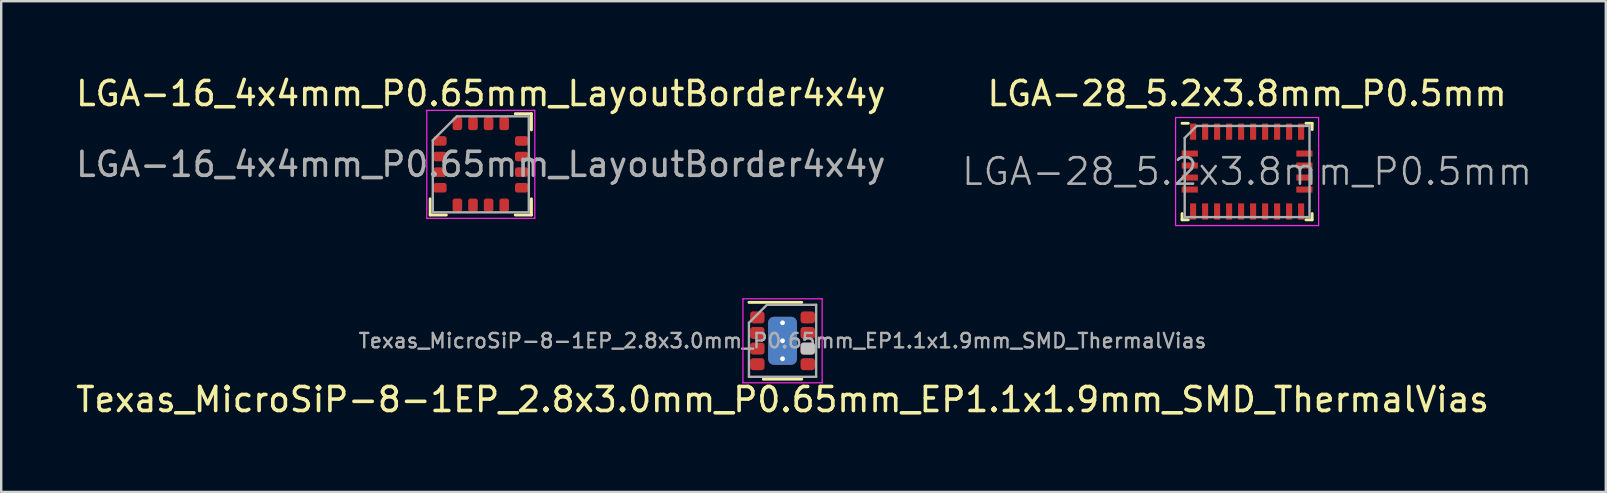
<source format=kicad_pcb>
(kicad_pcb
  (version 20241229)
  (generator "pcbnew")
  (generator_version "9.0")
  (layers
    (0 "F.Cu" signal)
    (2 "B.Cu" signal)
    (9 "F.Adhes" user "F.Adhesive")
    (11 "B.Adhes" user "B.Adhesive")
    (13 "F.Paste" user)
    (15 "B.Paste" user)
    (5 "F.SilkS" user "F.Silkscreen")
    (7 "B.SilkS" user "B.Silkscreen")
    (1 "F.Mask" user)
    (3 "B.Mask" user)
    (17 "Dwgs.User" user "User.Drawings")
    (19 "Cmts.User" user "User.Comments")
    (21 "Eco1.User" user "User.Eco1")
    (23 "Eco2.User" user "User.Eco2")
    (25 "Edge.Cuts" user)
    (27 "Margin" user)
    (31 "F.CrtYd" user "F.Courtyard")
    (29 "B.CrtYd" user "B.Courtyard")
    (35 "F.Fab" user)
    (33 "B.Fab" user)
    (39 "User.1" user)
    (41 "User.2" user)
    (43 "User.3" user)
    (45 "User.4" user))
  (footprint "Texas_MicroSiP-8-1EP_2.8x3.0mm_P0.65mm_EP1.1x1.9mm_SMD_ThermalVias"
    (layer "F.Cu")
    (at 29.554 11.148)
    (property "Reference" "Texas_MicroSiP-8-1EP_2.8x3.0mm_P0.65mm_EP1.1x1.9mm_SMD_ThermalVias" (at 0 2.45 0) (layer "F.SilkS") (effects (font (size 1 1) (thickness 0.15))))
    (attr smd)
    (fp_line (start 0.8 -1.6) (end -1.4 -1.6) (stroke (width 0.12) (type solid)) (layer "F.SilkS"))
    (fp_line (start 0.8 1.6) (end -0.8 1.6) (stroke (width 0.12) (type solid)) (layer "F.SilkS"))
    (fp_line (start -1.65 -1.75) (end -1.65 1.75) (stroke (width 0.05) (type solid)) (layer "F.CrtYd"))
    (fp_line (start -1.65 1.75) (end 1.65 1.75) (stroke (width 0.05) (type solid)) (layer "F.CrtYd"))
    (fp_line (start 1.65 -1.75) (end -1.65 -1.75) (stroke (width 0.05) (type solid)) (layer "F.CrtYd"))
    (fp_line (start 1.65 1.75) (end 1.65 -1.75) (stroke (width 0.05) (type solid)) (layer "F.CrtYd"))
    (fp_line (start -1.4 -0.75) (end -1.4 1.5) (stroke (width 0.1) (type solid)) (layer "F.Fab"))
    (fp_line (start -0.65 -1.5) (end -1.4 -0.75) (stroke (width 0.1) (type solid)) (layer "F.Fab"))
    (fp_line (start -0.65 -1.5) (end 1.4 -1.5) (stroke (width 0.1) (type solid)) (layer "F.Fab"))
    (fp_line (start 1.4 -1.5) (end 1.4 1.5) (stroke (width 0.1) (type solid)) (layer "F.Fab"))
    (fp_line (start 1.4 1.5) (end -1.4 1.5) (stroke (width 0.1) (type solid)) (layer "F.Fab"))
    (fp_text user "${REFERENCE}" (at 0 0 0) (layer "F.Fab") (effects (font (size 0.6 0.6) (thickness 0.1))))
    (pad "" smd roundrect (at 0 -0.525) (size 1.04 0.85) (layers "F.Paste") (roundrect_rratio 0.25))
    (pad "" smd roundrect (at 0 0.525) (size 1.04 0.85) (layers "F.Paste") (roundrect_rratio 0.25))
    (pad "1" smd roundrect (at -1.05 -0.975) (size 0.6 0.5) (layers "F.Cu" "F.Mask" "F.Paste") (roundrect_rratio 0.25))
    (pad "2" smd roundrect (at -1.05 -0.325) (size 0.6 0.5) (layers "F.Cu" "F.Mask" "F.Paste") (roundrect_rratio 0.25))
    (pad "3" smd roundrect (at -1.05 0.325) (size 0.6 0.5) (layers "F.Cu" "F.Mask" "F.Paste") (roundrect_rratio 0.25))
    (pad "4" smd roundrect (at -1.05 0.975) (size 0.6 0.5) (layers "F.Cu" "F.Mask" "F.Paste") (roundrect_rratio 0.25))
    (pad "5" smd roundrect (at 1.05 0.975) (size 0.6 0.5) (layers "F.Cu" "F.Mask" "F.Paste") (roundrect_rratio 0.25))
    (pad "6" smd roundrect (at 1.05 0.325) (size 0.6 0.5) (layers "F.Cu" "F.Mask" "F.Paste" "Dwgs.User") (roundrect_rratio 0.25))
    (pad "7" smd roundrect (at 1.05 -0.325) (size 0.6 0.5) (layers "F.Cu" "F.Mask" "F.Paste") (roundrect_rratio 0.25))
    (pad "8" smd roundrect (at 1.05 -0.975) (size 0.6 0.5) (layers "F.Cu" "F.Mask" "F.Paste") (roundrect_rratio 0.25))
    (pad "9" thru_hole circle (at 0 -0.75) (size 0.4 0.4) (drill 0.2) (layers "*.Cu" "F.Mask"))
    (pad "9" thru_hole circle (at 0 0) (size 0.4 0.4) (drill 0.2) (layers "*.Cu" "F.Mask" "B.Adhes"))
    (pad "9" smd roundrect (at 0 0) (size 1.2 2) (layers "F.Cu" "F.Mask") (roundrect_rratio 0.2))
    (pad "9" smd roundrect (at 0 0) (size 1.2 2) (layers "B.Cu") (roundrect_rratio 0.2))
    (pad "9" thru_hole circle (at 0 0.75) (size 0.4 0.4) (drill 0.2) (layers "*.Cu" "F.Mask")))
  (footprint "LGA-16_4x4mm_P0.65mm_LayoutBorder4x4y"
    (layer "F.Cu")
    (at 16.982 3.798)
    (property "Reference" "LGA-16_4x4mm_P0.65mm_LayoutBorder4x4y" (at 0 -2.95 0) (layer "F.SilkS") (effects (font (size 1 1) (thickness 0.15))))
    (attr smd)
    (fp_line (start -2.11 2.11) (end -2.11 1.435) (stroke (width 0.12) (type solid)) (layer "F.SilkS"))
    (fp_line (start -1.435 2.11) (end -2.11 2.11) (stroke (width 0.12) (type solid)) (layer "F.SilkS"))
    (fp_line (start 1.435 -2.11) (end 2.11 -2.11) (stroke (width 0.12) (type solid)) (layer "F.SilkS"))
    (fp_line (start 1.435 2.11) (end 2.11 2.11) (stroke (width 0.12) (type solid)) (layer "F.SilkS"))
    (fp_line (start 2.11 -2.11) (end 2.11 -1.435) (stroke (width 0.12) (type solid)) (layer "F.SilkS"))
    (fp_line (start 2.11 2.11) (end 2.11 1.435) (stroke (width 0.12) (type solid)) (layer "F.SilkS"))
    (fp_line (start -2.25 -2.25) (end -2.25 2.25) (stroke (width 0.05) (type solid)) (layer "F.CrtYd"))
    (fp_line (start -2.25 2.25) (end 2.25 2.25) (stroke (width 0.05) (type solid)) (layer "F.CrtYd"))
    (fp_line (start 2.25 -2.25) (end -2.25 -2.25) (stroke (width 0.05) (type solid)) (layer "F.CrtYd"))
    (fp_line (start 2.25 2.25) (end 2.25 -2.25) (stroke (width 0.05) (type solid)) (layer "F.CrtYd"))
    (fp_line (start -2 -1) (end -1 -2) (stroke (width 0.1) (type solid)) (layer "F.Fab"))
    (fp_line (start -2 2) (end -2 -1) (stroke (width 0.1) (type solid)) (layer "F.Fab"))
    (fp_line (start -1 -2) (end 2 -2) (stroke (width 0.1) (type solid)) (layer "F.Fab"))
    (fp_line (start 2 -2) (end 2 2) (stroke (width 0.1) (type solid)) (layer "F.Fab"))
    (fp_line (start 2 2) (end -2 2) (stroke (width 0.1) (type solid)) (layer "F.Fab"))
    (fp_text user "${REFERENCE}" (at 0 0 0) (layer "F.Fab") (effects (font (size 1 1) (thickness 0.15))))
    (pad "1" smd roundrect (at -1.7 -0.975) (size 0.55 0.4) (layers "F.Cu" "F.Mask" "F.Paste") (roundrect_rratio 0.25))
    (pad "2" smd roundrect (at -1.7 -0.325) (size 0.55 0.4) (layers "F.Cu" "F.Mask" "F.Paste") (roundrect_rratio 0.25))
    (pad "3" smd roundrect (at -1.7 0.325) (size 0.55 0.4) (layers "F.Cu" "F.Mask" "F.Paste") (roundrect_rratio 0.25))
    (pad "4" smd roundrect (at -1.7 0.975) (size 0.55 0.4) (layers "F.Cu" "F.Mask" "F.Paste") (roundrect_rratio 0.25))
    (pad "5" smd roundrect (at -0.975 1.7) (size 0.4 0.55) (layers "F.Cu" "F.Mask" "F.Paste") (roundrect_rratio 0.25))
    (pad "6" smd roundrect (at -0.325 1.7) (size 0.4 0.55) (layers "F.Cu" "F.Mask" "F.Paste") (roundrect_rratio 0.25))
    (pad "7" smd roundrect (at 0.325 1.7) (size 0.4 0.55) (layers "F.Cu" "F.Mask" "F.Paste") (roundrect_rratio 0.25))
    (pad "8" smd roundrect (at 0.975 1.7) (size 0.4 0.55) (layers "F.Cu" "F.Mask" "F.Paste") (roundrect_rratio 0.25))
    (pad "9" smd roundrect (at 1.7 0.975) (size 0.55 0.4) (layers "F.Cu" "F.Mask" "F.Paste") (roundrect_rratio 0.25))
    (pad "10" smd roundrect (at 1.7 0.325) (size 0.55 0.4) (layers "F.Cu" "F.Mask" "F.Paste") (roundrect_rratio 0.25))
    (pad "11" smd roundrect (at 1.7 -0.325) (size 0.55 0.4) (layers "F.Cu" "F.Mask" "F.Paste") (roundrect_rratio 0.25))
    (pad "12" smd roundrect (at 1.7 -0.975) (size 0.55 0.4) (layers "F.Cu" "F.Mask" "F.Paste") (roundrect_rratio 0.25))
    (pad "13" smd roundrect (at 0.975 -1.7) (size 0.4 0.55) (layers "F.Cu" "F.Mask" "F.Paste") (roundrect_rratio 0.25))
    (pad "14" smd roundrect (at 0.325 -1.7) (size 0.4 0.55) (layers "F.Cu" "F.Mask" "F.Paste") (roundrect_rratio 0.25))
    (pad "15" smd roundrect (at -0.325 -1.7) (size 0.4 0.55) (layers "F.Cu" "F.Mask" "F.Paste") (roundrect_rratio 0.25))
    (pad "16" smd roundrect (at -0.975 -1.7) (size 0.4 0.55) (layers "F.Cu" "F.Mask" "F.Paste") (roundrect_rratio 0.25)))
  (footprint "LGA-28_5.2x3.8mm_P0.5mm"
    (layer "F.Cu")
    (at 48.91 4.098)
    (property "Reference" "LGA-28_5.2x3.8mm_P0.5mm" (at 0 -3.25 0) (layer "F.SilkS") (effects (font (size 1 1) (thickness 0.15))))
    (attr smd)
    (fp_line (start -2.71 -2.01) (end -2.45 -2.01) (stroke (width 0.12) (type solid)) (layer "F.SilkS"))
    (fp_line (start -2.71 2.01) (end -2.71 1.75) (stroke (width 0.12) (type solid)) (layer "F.SilkS"))
    (fp_line (start -2.71 2.01) (end -2.45 2.01) (stroke (width 0.12) (type solid)) (layer "F.SilkS"))
    (fp_line (start 2.71 -2.01) (end 2.45 -2.01) (stroke (width 0.12) (type solid)) (layer "F.SilkS"))
    (fp_line (start 2.71 -2.01) (end 2.71 -1.75) (stroke (width 0.12) (type solid)) (layer "F.SilkS"))
    (fp_line (start 2.71 2.01) (end 2.45 2.01) (stroke (width 0.12) (type solid)) (layer "F.SilkS"))
    (fp_line (start 2.71 2.01) (end 2.71 1.75) (stroke (width 0.12) (type solid)) (layer "F.SilkS"))
    (fp_line (start -2.98 -2.25) (end -2.98 2.25) (stroke (width 0.05) (type solid)) (layer "F.CrtYd"))
    (fp_line (start -2.98 2.25) (end 2.98 2.25) (stroke (width 0.05) (type solid)) (layer "F.CrtYd"))
    (fp_line (start 2.98 -2.25) (end -2.98 -2.25) (stroke (width 0.05) (type solid)) (layer "F.CrtYd"))
    (fp_line (start 2.98 2.25) (end 2.98 -2.25) (stroke (width 0.05) (type solid)) (layer "F.CrtYd"))
    (fp_line (start -2.6 -1.4) (end -2.6 1.9) (stroke (width 0.1) (type solid)) (layer "F.Fab"))
    (fp_line (start -2.6 -1.4) (end -2.1 -1.9) (stroke (width 0.1) (type solid)) (layer "F.Fab"))
    (fp_line (start -2.6 1.9) (end 2.6 1.9) (stroke (width 0.1) (type solid)) (layer "F.Fab"))
    (fp_line (start 2.6 -1.9) (end -2.1 -1.9) (stroke (width 0.1) (type solid)) (layer "F.Fab"))
    (fp_line (start 2.6 1.9) (end 2.6 -1.9) (stroke (width 0.1) (type solid)) (layer "F.Fab"))
    (fp_text user "${REFERENCE}" (at 0 0 0) (layer "F.Fab") (effects (font (size 1.1 1.1) (thickness 0.11))))
    (pad "1" smd rect (at -2.25 -1.663) (size 0.254 0.675) (layers "F.Cu" "F.Mask" "F.Paste"))
    (pad "2" smd rect (at -2.388 -0.75 90) (size 0.254 0.675) (layers "F.Cu" "F.Mask" "F.Paste"))
    (pad "3" smd rect (at -2.388 -0.25 90) (size 0.254 0.675) (layers "F.Cu" "F.Mask" "F.Paste"))
    (pad "4" smd rect (at -2.388 0.25 90) (size 0.254 0.675) (layers "F.Cu" "F.Mask" "F.Paste"))
    (pad "5" smd rect (at -2.388 0.75 90) (size 0.254 0.675) (layers "F.Cu" "F.Mask" "F.Paste"))
    (pad "6" smd rect (at -2.25 1.663) (size 0.254 0.675) (layers "F.Cu" "F.Mask" "F.Paste"))
    (pad "7" smd rect (at -1.75 1.663) (size 0.254 0.675) (layers "F.Cu" "F.Mask" "F.Paste"))
    (pad "8" smd rect (at -1.25 1.663) (size 0.254 0.675) (layers "F.Cu" "F.Mask" "F.Paste"))
    (pad "9" smd rect (at -0.75 1.663) (size 0.254 0.675) (layers "F.Cu" "F.Mask" "F.Paste"))
    (pad "10" smd rect (at -0.25 1.663) (size 0.254 0.675) (layers "F.Cu" "F.Mask" "F.Paste"))
    (pad "11" smd rect (at 0.25 1.663) (size 0.254 0.675) (layers "F.Cu" "F.Mask" "F.Paste"))
    (pad "12" smd rect (at 0.75 1.663) (size 0.254 0.675) (layers "F.Cu" "F.Mask" "F.Paste"))
    (pad "13" smd rect (at 1.25 1.663) (size 0.254 0.675) (layers "F.Cu" "F.Mask" "F.Paste"))
    (pad "14" smd rect (at 1.75 1.663) (size 0.254 0.675) (layers "F.Cu" "F.Mask" "F.Paste"))
    (pad "15" smd rect (at 2.25 1.663) (size 0.254 0.675) (layers "F.Cu" "F.Mask" "F.Paste"))
    (pad "16" smd rect (at 2.388 0.75 90) (size 0.254 0.675) (layers "F.Cu" "F.Mask" "F.Paste"))
    (pad "17" smd rect (at 2.388 0.25 90) (size 0.254 0.675) (layers "F.Cu" "F.Mask" "F.Paste"))
    (pad "18" smd rect (at 2.388 -0.25 90) (size 0.254 0.675) (layers "F.Cu" "F.Mask" "F.Paste"))
    (pad "19" smd rect (at 2.388 -0.75 90) (size 0.254 0.675) (layers "F.Cu" "F.Mask" "F.Paste"))
    (pad "20" smd rect (at 2.25 -1.663) (size 0.254 0.675) (layers "F.Cu" "F.Mask" "F.Paste"))
    (pad "21" smd rect (at 1.75 -1.663) (size 0.254 0.675) (layers "F.Cu" "F.Mask" "F.Paste"))
    (pad "22" smd rect (at 1.25 -1.663) (size 0.254 0.675) (layers "F.Cu" "F.Mask" "F.Paste"))
    (pad "23" smd rect (at 0.75 -1.663) (size 0.254 0.675) (layers "F.Cu" "F.Mask" "F.Paste"))
    (pad "24" smd rect (at 0.25 -1.663) (size 0.254 0.675) (layers "F.Cu" "F.Mask" "F.Paste"))
    (pad "25" smd rect (at -0.25 -1.663) (size 0.254 0.675) (layers "F.Cu" "F.Mask" "F.Paste"))
    (pad "26" smd rect (at -0.75 -1.663) (size 0.254 0.675) (layers "F.Cu" "F.Mask" "F.Paste"))
    (pad "27" smd rect (at -1.25 -1.663) (size 0.254 0.675) (layers "F.Cu" "F.Mask" "F.Paste"))
    (pad "28" smd rect (at -1.75 -1.663) (size 0.254 0.675) (layers "F.Cu" "F.Mask" "F.Paste")))
  (gr_rect
    (start -3 -3)
    (end 63.855 17.447)
    (stroke (width 0.1) (type default))
    (fill no)
    (layer "Edge.Cuts")))
</source>
